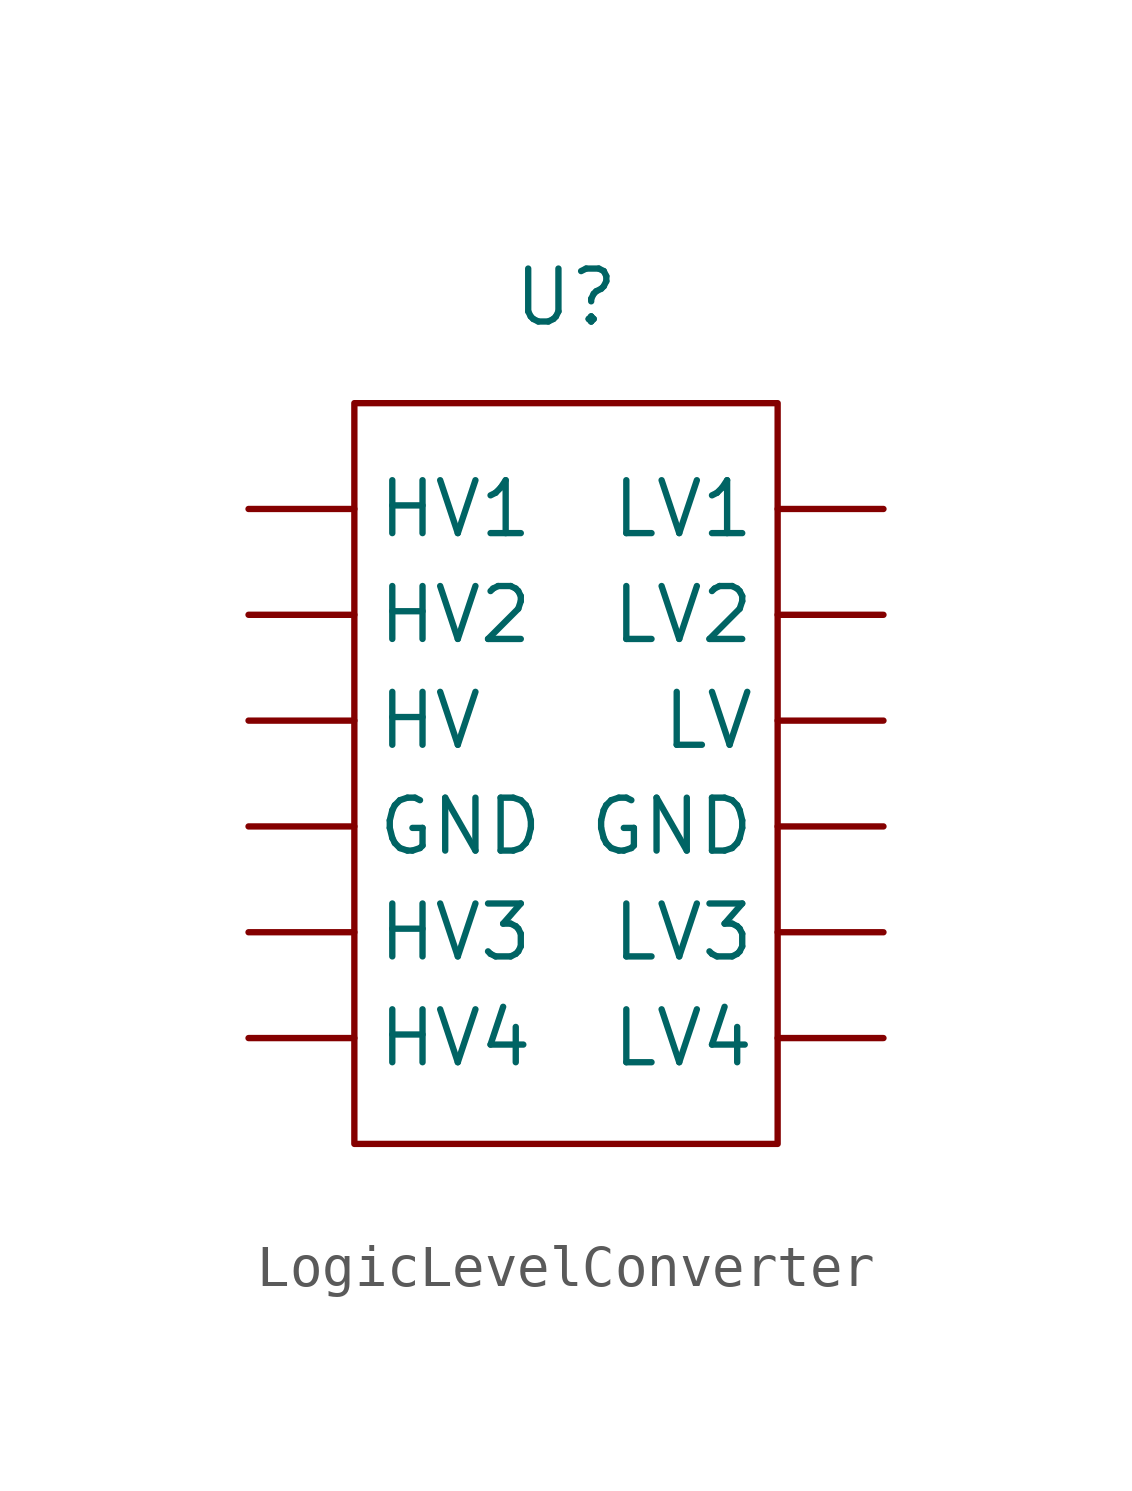
<source format=kicad_sym>
(kicad_symbol_lib
  (version 20220914)
  (generator kicad_symbol_editor)
  (symbol "LogicLevelConverter"
    (property "Reference" "U"
      (at 0 10.16 0)
      (effects (font (size 1.27 1.27))))
    (property "Value" ""
      (at 0 0 0)
      (effects (font (size 1.27 1.27))))
    (symbol "LogicLevelConverter_0_1"
      (rectangle (start -5.08 7.62) (end 5.08 -10.16) (stroke (width 0) (type default)) (fill (type none))))
    (symbol "LogicLevelConverter_1_1"
      (pin power_in line (at -7.62 -2.54 0) (length 2.54) (name "GND" (effects (font (size 1.27 1.27)))) (number "" (effects (font (size 1.27 1.27)))))
      (pin power_in line (at 7.62 -2.54 180) (length 2.54) (name "GND" (effects (font (size 1.27 1.27)))) (number "" (effects (font (size 1.27 1.27)))))
      (pin power_in line (at -7.62 0 0) (length 2.54) (name "HV" (effects (font (size 1.27 1.27)))) (number "" (effects (font (size 1.27 1.27)))))
      (pin bidirectional line (at -7.62 5.08 0) (length 2.54) (name "HV1" (effects (font (size 1.27 1.27)))) (number "" (effects (font (size 1.27 1.27)))))
      (pin bidirectional line (at -7.62 2.54 0) (length 2.54) (name "HV2" (effects (font (size 1.27 1.27)))) (number "" (effects (font (size 1.27 1.27)))))
      (pin bidirectional line (at -7.62 -5.08 0) (length 2.54) (name "HV3" (effects (font (size 1.27 1.27)))) (number "" (effects (font (size 1.27 1.27)))))
      (pin bidirectional line (at -7.62 -7.62 0) (length 2.54) (name "HV4" (effects (font (size 1.27 1.27)))) (number "" (effects (font (size 1.27 1.27)))))
      (pin power_in line (at 7.62 0 180) (length 2.54) (name "LV" (effects (font (size 1.27 1.27)))) (number "" (effects (font (size 1.27 1.27)))))
      (pin bidirectional line (at 7.62 5.08 180) (length 2.54) (name "LV1" (effects (font (size 1.27 1.27)))) (number "" (effects (font (size 1.27 1.27)))))
      (pin bidirectional line (at 7.62 2.54 180) (length 2.54) (name "LV2" (effects (font (size 1.27 1.27)))) (number "" (effects (font (size 1.27 1.27)))))
      (pin bidirectional line (at 7.62 -5.08 180) (length 2.54) (name "LV3" (effects (font (size 1.27 1.27)))) (number "" (effects (font (size 1.27 1.27)))))
      (pin bidirectional line (at 7.62 -7.62 180) (length 2.54) (name "LV4" (effects (font (size 1.27 1.27)))) (number "" (effects (font (size 1.27 1.27))))))))
</source>
